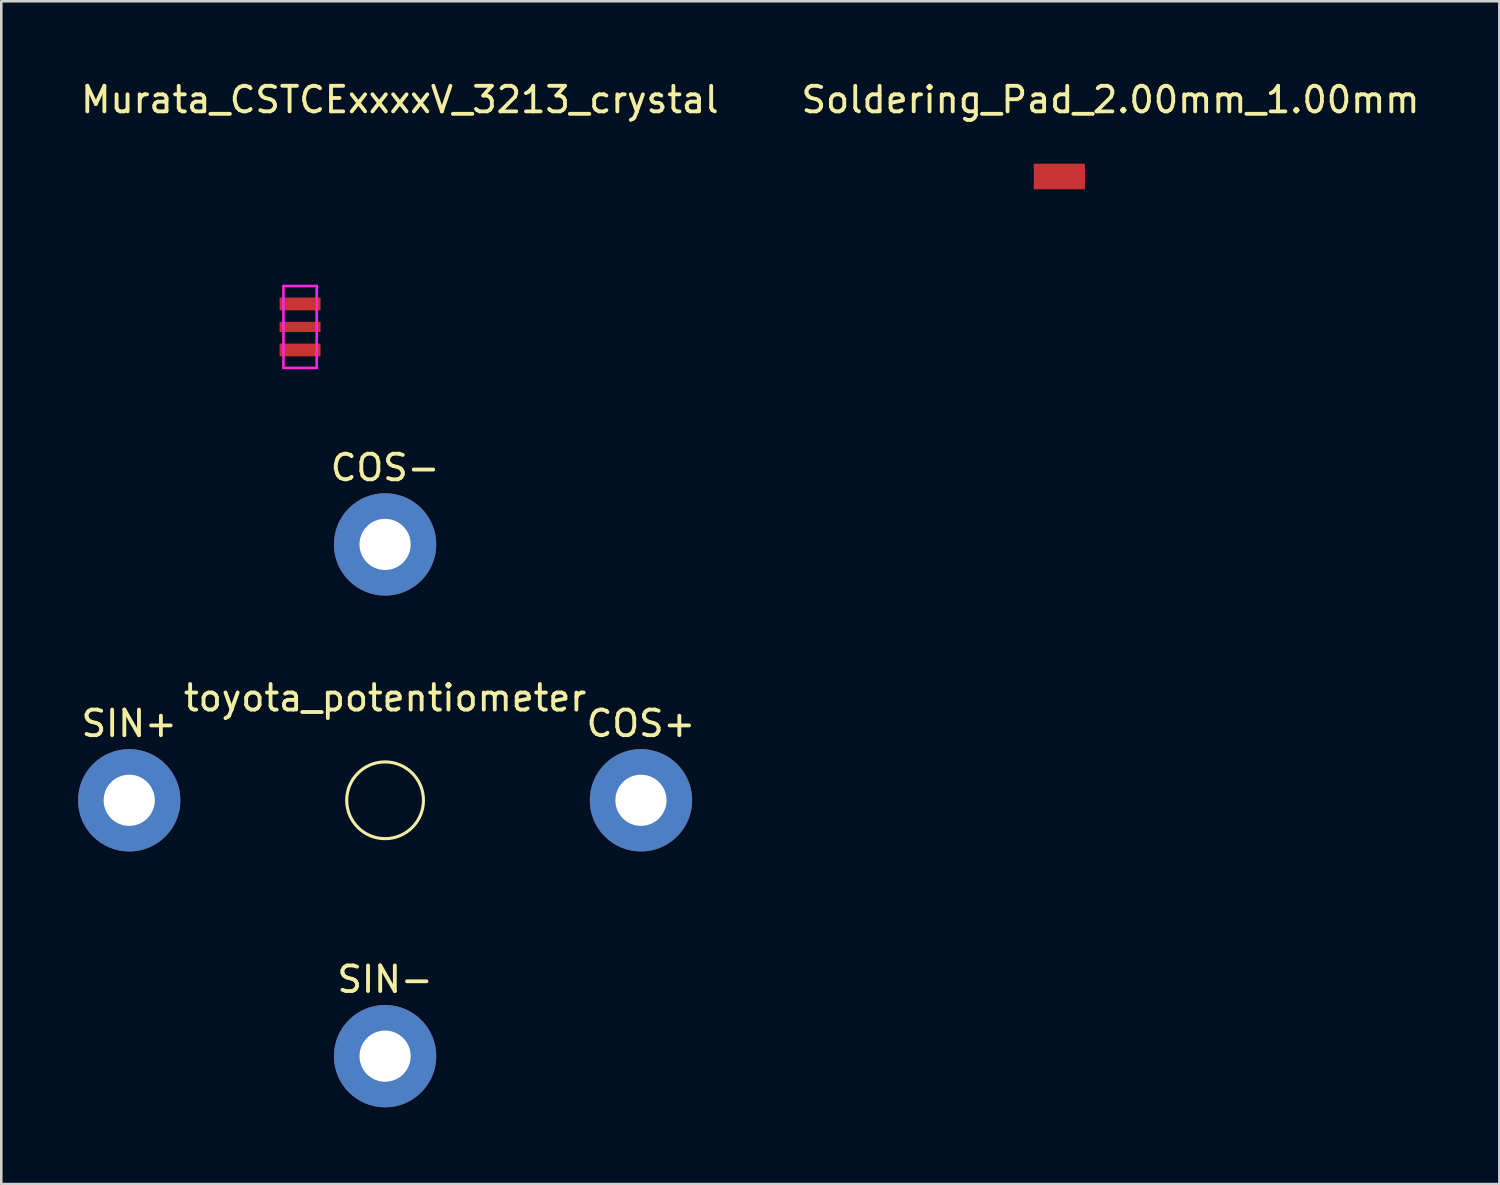
<source format=kicad_pcb>
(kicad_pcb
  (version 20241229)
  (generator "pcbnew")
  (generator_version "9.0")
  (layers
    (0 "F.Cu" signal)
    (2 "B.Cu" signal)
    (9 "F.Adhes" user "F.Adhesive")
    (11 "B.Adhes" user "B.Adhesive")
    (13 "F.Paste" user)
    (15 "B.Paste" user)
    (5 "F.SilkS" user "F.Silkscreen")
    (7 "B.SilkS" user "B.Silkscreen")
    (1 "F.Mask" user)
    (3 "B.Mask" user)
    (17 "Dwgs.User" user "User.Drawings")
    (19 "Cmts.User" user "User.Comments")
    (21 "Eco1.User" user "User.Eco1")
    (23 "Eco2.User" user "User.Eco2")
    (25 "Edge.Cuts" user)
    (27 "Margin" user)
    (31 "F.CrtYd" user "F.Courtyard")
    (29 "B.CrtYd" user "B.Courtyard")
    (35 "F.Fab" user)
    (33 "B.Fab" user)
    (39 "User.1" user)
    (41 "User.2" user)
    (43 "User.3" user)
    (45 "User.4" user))
  (footprint "Soldering_Pad_2.00mm_1.00mm"
    (layer "F.Cu")
    (at 38.351 3.848)
    (property "Reference" "Soldering_Pad_2.00mm_1.00mm" (at 2 -3 0) (layer "F.SilkS") (effects (font (size 1 1) (thickness 0.15))))
    (attr through_hole)
    (pad "1" smd rect (at 0 0 90) (size 1 2) (layers "F.Cu" "F.Mask" "F.Paste")))
  (footprint "Murata_CSTCExxxxV_3213_crystal"
    (layer "F.Cu")
    (at 8.677 9.728)
    (property "Reference" "Murata_CSTCExxxxV_3213_crystal" (at 3.9 -8.88 0) (layer "F.SilkS") (effects (font (size 1 1) (thickness 0.15))))
    (attr through_hole)
    (fp_line (start -0.65 -1.6) (end -0.65 1.6) (stroke (width 0.1) (type solid)) (layer "F.CrtYd"))
    (fp_line (start -0.65 1.6) (end 0.65 1.6) (stroke (width 0.1) (type solid)) (layer "F.CrtYd"))
    (fp_line (start 0.65 -1.6) (end -0.65 -1.6) (stroke (width 0.1) (type solid)) (layer "F.CrtYd"))
    (fp_line (start 0.65 1.6) (end 0.65 -1.6) (stroke (width 0.1) (type solid)) (layer "F.CrtYd"))
    (pad "1" smd rect (at 0 -0.9) (size 1.6 0.5) (layers "F.Cu" "F.Mask" "F.Paste"))
    (pad "2" smd rect (at 0 0.9) (size 1.6 0.5) (layers "F.Cu" "F.Mask" "F.Paste"))
    (pad "3" smd rect (at 0 0) (size 1.6 0.4) (layers "F.Cu" "F.Mask" "F.Paste")))
  (footprint "toyota_potentiometer"
    (layer "F.Cu")
    (at 12 28.227)
    (property "Reference" "toyota_potentiometer" (at 0 -4 0) (layer "F.SilkS") (effects (font (size 1 1) (thickness 0.15))))
    (attr through_hole)
    (fp_circle (center 0 0) (end 1.5 0) (stroke (width 0.12) (type solid)) (fill no) (layer "F.SilkS"))
    (fp_text user "COS+" (at 10 -3 0) (layer "F.SilkS") (effects (font (size 1 1) (thickness 0.15))))
    (fp_text user "SIN-" (at 0 7 0) (layer "F.SilkS") (effects (font (size 1 1) (thickness 0.15))))
    (fp_text user "SIN+" (at -10 -3 0) (layer "F.SilkS") (effects (font (size 1 1) (thickness 0.15))))
    (fp_text user "COS-" (at 0 -13 0) (layer "F.SilkS") (effects (font (size 1 1) (thickness 0.15))))
    (pad "1" thru_hole circle (at -10 0) (size 4 4) (drill 2) (layers "F.Cu" "F.Mask"))
    (pad "2" thru_hole circle (at 0 10) (size 4 4) (drill 2) (layers "F.Cu" "F.Mask"))
    (pad "3" thru_hole circle (at 10 0) (size 4 4) (drill 2) (layers "F.Cu" "F.Mask"))
    (pad "4" thru_hole circle (at 0 -10) (size 4 4) (drill 2) (layers "F.Cu" "F.Mask")))
  (gr_rect
    (start -3 -3)
    (end 55.548 43.227)
    (stroke (width 0.1) (type default))
    (fill no)
    (layer "Edge.Cuts")))
</source>
